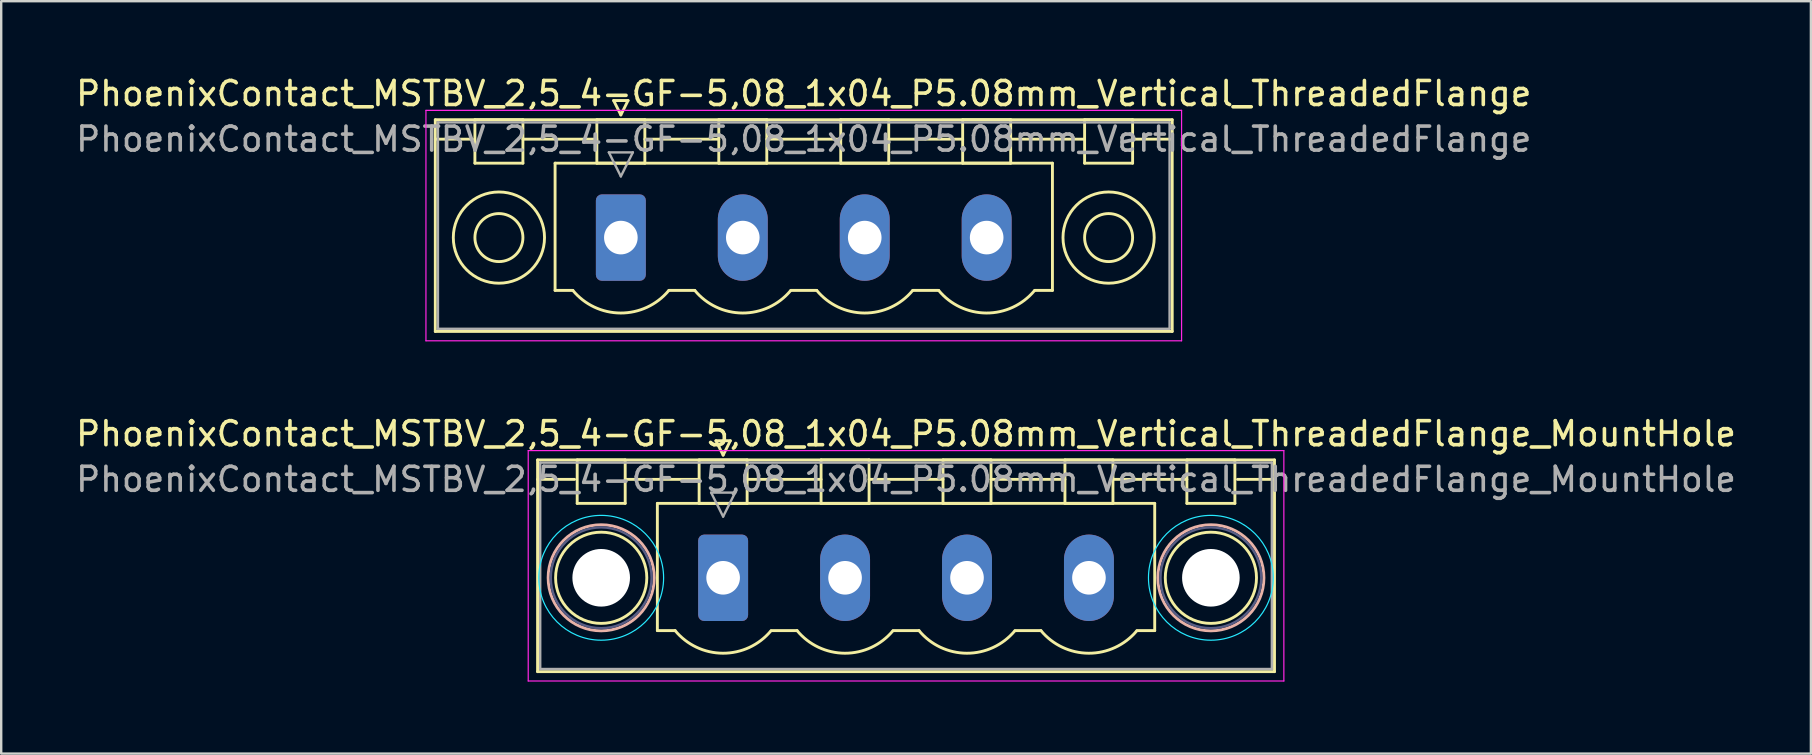
<source format=kicad_pcb>
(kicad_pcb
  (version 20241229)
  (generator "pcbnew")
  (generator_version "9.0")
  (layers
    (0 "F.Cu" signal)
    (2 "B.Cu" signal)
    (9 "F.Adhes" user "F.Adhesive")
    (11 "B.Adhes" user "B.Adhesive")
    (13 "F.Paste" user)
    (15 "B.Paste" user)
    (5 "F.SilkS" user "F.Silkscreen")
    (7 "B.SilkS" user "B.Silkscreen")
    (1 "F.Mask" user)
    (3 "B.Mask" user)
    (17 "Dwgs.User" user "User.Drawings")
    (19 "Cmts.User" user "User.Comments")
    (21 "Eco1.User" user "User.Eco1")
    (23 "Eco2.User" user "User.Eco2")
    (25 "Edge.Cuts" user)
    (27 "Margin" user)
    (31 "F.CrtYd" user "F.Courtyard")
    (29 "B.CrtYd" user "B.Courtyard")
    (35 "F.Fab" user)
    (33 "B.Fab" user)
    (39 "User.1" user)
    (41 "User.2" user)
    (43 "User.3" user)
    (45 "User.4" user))
  (footprint "PhoenixContact_MSTBV_2,5_4-GF-5,08_1x04_P5.08mm_Vertical_ThreadedFlange_MountHole"
    (layer "F.Cu")
    (at 27.076 21.021)
    (property "Reference" "PhoenixContact_MSTBV_2,5_4-GF-5,08_1x04_P5.08mm_Vertical_ThreadedFlange_MountHole" (at 7.62 -6 0) (layer "F.SilkS") (effects (font (size 1 1) (thickness 0.15))))
    (attr through_hole)
    (fp_line (start -7.73 -4.91) (end -7.73 3.91) (stroke (width 0.12) (type solid)) (layer "F.SilkS"))
    (fp_line (start -7.73 -4.1) (end -6.19 -4.1) (stroke (width 0.12) (type solid)) (layer "F.SilkS"))
    (fp_line (start -7.73 3.91) (end 22.97 3.91) (stroke (width 0.12) (type solid)) (layer "F.SilkS"))
    (fp_line (start -6.08 -4.91) (end -4.08 -4.91) (stroke (width 0.12) (type solid)) (layer "F.SilkS"))
    (fp_line (start -6.08 -3.1) (end -6.08 -4.91) (stroke (width 0.12) (type solid)) (layer "F.SilkS"))
    (fp_line (start -4.08 -4.91) (end -4.08 -3.1) (stroke (width 0.12) (type solid)) (layer "F.SilkS"))
    (fp_line (start -4.08 -4.1) (end -1 -4.1) (stroke (width 0.12) (type solid)) (layer "F.SilkS"))
    (fp_line (start -4.08 -3.1) (end -6.08 -3.1) (stroke (width 0.12) (type solid)) (layer "F.SilkS"))
    (fp_line (start -2.74 -3.1) (end 17.98 -3.1) (stroke (width 0.12) (type solid)) (layer "F.SilkS"))
    (fp_line (start -2.74 2.2) (end -2.74 -3.1) (stroke (width 0.12) (type solid)) (layer "F.SilkS"))
    (fp_line (start -2 2.2) (end -2.74 2.2) (stroke (width 0.12) (type solid)) (layer "F.SilkS"))
    (fp_line (start -1 -4.91) (end 1 -4.91) (stroke (width 0.12) (type solid)) (layer "F.SilkS"))
    (fp_line (start -1 -3.1) (end -1 -4.91) (stroke (width 0.12) (type solid)) (layer "F.SilkS"))
    (fp_line (start -0.3 -5.71) (end 0.3 -5.71) (stroke (width 0.12) (type solid)) (layer "F.SilkS"))
    (fp_line (start 0 -5.11) (end -0.3 -5.71) (stroke (width 0.12) (type solid)) (layer "F.SilkS"))
    (fp_line (start 0.3 -5.71) (end 0 -5.11) (stroke (width 0.12) (type solid)) (layer "F.SilkS"))
    (fp_line (start 1 -4.91) (end 1 -3.1) (stroke (width 0.12) (type solid)) (layer "F.SilkS"))
    (fp_line (start 1 -4.1) (end 4.08 -4.1) (stroke (width 0.12) (type solid)) (layer "F.SilkS"))
    (fp_line (start 1 -3.1) (end -1 -3.1) (stroke (width 0.12) (type solid)) (layer "F.SilkS"))
    (fp_line (start 2 2.2) (end 3.08 2.2) (stroke (width 0.12) (type solid)) (layer "F.SilkS"))
    (fp_line (start 4.08 -4.91) (end 6.08 -4.91) (stroke (width 0.12) (type solid)) (layer "F.SilkS"))
    (fp_line (start 4.08 -3.1) (end 4.08 -4.91) (stroke (width 0.12) (type solid)) (layer "F.SilkS"))
    (fp_line (start 6.08 -4.91) (end 6.08 -3.1) (stroke (width 0.12) (type solid)) (layer "F.SilkS"))
    (fp_line (start 6.08 -4.1) (end 9.16 -4.1) (stroke (width 0.12) (type solid)) (layer "F.SilkS"))
    (fp_line (start 6.08 -3.1) (end 4.08 -3.1) (stroke (width 0.12) (type solid)) (layer "F.SilkS"))
    (fp_line (start 7.08 2.2) (end 8.16 2.2) (stroke (width 0.12) (type solid)) (layer "F.SilkS"))
    (fp_line (start 9.16 -4.91) (end 11.16 -4.91) (stroke (width 0.12) (type solid)) (layer "F.SilkS"))
    (fp_line (start 9.16 -3.1) (end 9.16 -4.91) (stroke (width 0.12) (type solid)) (layer "F.SilkS"))
    (fp_line (start 11.16 -4.91) (end 11.16 -3.1) (stroke (width 0.12) (type solid)) (layer "F.SilkS"))
    (fp_line (start 11.16 -4.1) (end 14.24 -4.1) (stroke (width 0.12) (type solid)) (layer "F.SilkS"))
    (fp_line (start 11.16 -3.1) (end 9.16 -3.1) (stroke (width 0.12) (type solid)) (layer "F.SilkS"))
    (fp_line (start 12.16 2.2) (end 13.24 2.2) (stroke (width 0.12) (type solid)) (layer "F.SilkS"))
    (fp_line (start 14.24 -4.91) (end 16.24 -4.91) (stroke (width 0.12) (type solid)) (layer "F.SilkS"))
    (fp_line (start 14.24 -3.1) (end 14.24 -4.91) (stroke (width 0.12) (type solid)) (layer "F.SilkS"))
    (fp_line (start 16.24 -4.91) (end 16.24 -3.1) (stroke (width 0.12) (type solid)) (layer "F.SilkS"))
    (fp_line (start 16.24 -4.1) (end 19.32 -4.1) (stroke (width 0.12) (type solid)) (layer "F.SilkS"))
    (fp_line (start 16.24 -3.1) (end 14.24 -3.1) (stroke (width 0.12) (type solid)) (layer "F.SilkS"))
    (fp_line (start 17.98 -3.1) (end 17.98 2.2) (stroke (width 0.12) (type solid)) (layer "F.SilkS"))
    (fp_line (start 17.98 2.2) (end 17.24 2.2) (stroke (width 0.12) (type solid)) (layer "F.SilkS"))
    (fp_line (start 19.32 -4.91) (end 21.32 -4.91) (stroke (width 0.12) (type solid)) (layer "F.SilkS"))
    (fp_line (start 19.32 -3.1) (end 19.32 -4.91) (stroke (width 0.12) (type solid)) (layer "F.SilkS"))
    (fp_line (start 21.32 -4.91) (end 21.32 -3.1) (stroke (width 0.12) (type solid)) (layer "F.SilkS"))
    (fp_line (start 21.32 -3.1) (end 19.32 -3.1) (stroke (width 0.12) (type solid)) (layer "F.SilkS"))
    (fp_line (start 22.97 -4.91) (end -7.73 -4.91) (stroke (width 0.12) (type solid)) (layer "F.SilkS"))
    (fp_line (start 22.97 -4.1) (end 21.43 -4.1) (stroke (width 0.12) (type solid)) (layer "F.SilkS"))
    (fp_line (start 22.97 3.91) (end 22.97 -4.91) (stroke (width 0.12) (type solid)) (layer "F.SilkS"))
    (fp_arc (start 1.986842 2.215821) (mid -0.010289 3.142758) (end -2 2.2) (stroke (width 0.12) (type solid)) (layer "F.SilkS"))
    (fp_arc (start 7.066842 2.215821) (mid 5.069711 3.142758) (end 3.08 2.2) (stroke (width 0.12) (type solid)) (layer "F.SilkS"))
    (fp_arc (start 12.146842 2.215821) (mid 10.149711 3.142758) (end 8.16 2.2) (stroke (width 0.12) (type solid)) (layer "F.SilkS"))
    (fp_arc (start 17.226842 2.215821) (mid 15.229711 3.142758) (end 13.24 2.2) (stroke (width 0.12) (type solid)) (layer "F.SilkS"))
    (fp_circle (center -5.08 0) (end -3.18 0) (stroke (width 0.12) (type solid)) (fill no) (layer "F.SilkS"))
    (fp_circle (center 20.32 0) (end 22.22 0) (stroke (width 0.12) (type solid)) (fill no) (layer "F.SilkS"))
    (fp_circle (center -5.08 0) (end -2.87 0) (stroke (width 0.12) (type solid)) (fill no) (layer "B.SilkS"))
    (fp_circle (center 20.32 0) (end 22.53 0) (stroke (width 0.12) (type solid)) (fill no) (layer "B.SilkS"))
    (fp_circle (center -5.08 0) (end -2.48 0) (stroke (width 0.05) (type solid)) (fill no) (layer "B.CrtYd"))
    (fp_circle (center 20.32 0) (end 22.92 0) (stroke (width 0.05) (type solid)) (fill no) (layer "B.CrtYd"))
    (fp_line (start -8.12 -5.3) (end -8.12 4.3) (stroke (width 0.05) (type solid)) (layer "F.CrtYd"))
    (fp_line (start -8.12 4.3) (end 23.36 4.3) (stroke (width 0.05) (type solid)) (layer "F.CrtYd"))
    (fp_line (start 23.36 -5.3) (end -8.12 -5.3) (stroke (width 0.05) (type solid)) (layer "F.CrtYd"))
    (fp_line (start 23.36 4.3) (end 23.36 -5.3) (stroke (width 0.05) (type solid)) (layer "F.CrtYd"))
    (fp_circle (center -5.08 0) (end -2.98 0) (stroke (width 0.1) (type solid)) (fill no) (layer "B.Fab"))
    (fp_circle (center 20.32 0) (end 22.42 0) (stroke (width 0.1) (type solid)) (fill no) (layer "B.Fab"))
    (fp_line (start -7.62 -4.8) (end -7.62 3.8) (stroke (width 0.1) (type solid)) (layer "F.Fab"))
    (fp_line (start -7.62 3.8) (end 22.86 3.8) (stroke (width 0.1) (type solid)) (layer "F.Fab"))
    (fp_line (start -0.5 -3.55) (end 0.5 -3.55) (stroke (width 0.1) (type solid)) (layer "F.Fab"))
    (fp_line (start 0 -2.55) (end -0.5 -3.55) (stroke (width 0.1) (type solid)) (layer "F.Fab"))
    (fp_line (start 0.5 -3.55) (end 0 -2.55) (stroke (width 0.1) (type solid)) (layer "F.Fab"))
    (fp_line (start 22.86 -4.8) (end -7.62 -4.8) (stroke (width 0.1) (type solid)) (layer "F.Fab"))
    (fp_line (start 22.86 3.8) (end 22.86 -4.8) (stroke (width 0.1) (type solid)) (layer "F.Fab"))
    (fp_text user "${REFERENCE}" (at 7.62 -4.1 0) (layer "F.Fab") (effects (font (size 1 1) (thickness 0.15))))
    (pad "" np_thru_hole circle (at -5.08 0) (size 2.4 2.4) (drill 2.4) (layers "*.Cu" "*.Mask"))
    (pad "" np_thru_hole circle (at 20.32 0) (size 2.4 2.4) (drill 2.4) (layers "*.Cu" "*.Mask"))
    (pad "1" thru_hole roundrect (at 0 0) (size 2.08 3.6) (drill 1.4) (layers "*.Cu" "*.Mask") (roundrect_rratio 0.12))
    (pad "2" thru_hole oval (at 5.08 0) (size 2.08 3.6) (drill 1.4) (layers "*.Cu" "*.Mask"))
    (pad "3" thru_hole oval (at 10.16 0) (size 2.08 3.6) (drill 1.4) (layers "*.Cu" "*.Mask"))
    (pad "4" thru_hole oval (at 15.24 0) (size 2.08 3.6) (drill 1.4) (layers "*.Cu" "*.Mask")))
  (footprint "PhoenixContact_MSTBV_2,5_4-GF-5,08_1x04_P5.08mm_Vertical_ThreadedFlange"
    (layer "F.Cu")
    (at 22.815 6.848)
    (property "Reference" "PhoenixContact_MSTBV_2,5_4-GF-5,08_1x04_P5.08mm_Vertical_ThreadedFlange" (at 7.62 -6 0) (layer "F.SilkS") (effects (font (size 1 1) (thickness 0.15))))
    (attr through_hole)
    (fp_line (start -7.73 -4.91) (end -7.73 3.91) (stroke (width 0.12) (type solid)) (layer "F.SilkS"))
    (fp_line (start -7.73 -4.1) (end -6.19 -4.1) (stroke (width 0.12) (type solid)) (layer "F.SilkS"))
    (fp_line (start -7.73 3.91) (end 22.97 3.91) (stroke (width 0.12) (type solid)) (layer "F.SilkS"))
    (fp_line (start -6.08 -4.91) (end -4.08 -4.91) (stroke (width 0.12) (type solid)) (layer "F.SilkS"))
    (fp_line (start -6.08 -3.1) (end -6.08 -4.91) (stroke (width 0.12) (type solid)) (layer "F.SilkS"))
    (fp_line (start -4.08 -4.91) (end -4.08 -3.1) (stroke (width 0.12) (type solid)) (layer "F.SilkS"))
    (fp_line (start -4.08 -4.1) (end -1 -4.1) (stroke (width 0.12) (type solid)) (layer "F.SilkS"))
    (fp_line (start -4.08 -3.1) (end -6.08 -3.1) (stroke (width 0.12) (type solid)) (layer "F.SilkS"))
    (fp_line (start -2.74 -3.1) (end 17.98 -3.1) (stroke (width 0.12) (type solid)) (layer "F.SilkS"))
    (fp_line (start -2.74 2.2) (end -2.74 -3.1) (stroke (width 0.12) (type solid)) (layer "F.SilkS"))
    (fp_line (start -2 2.2) (end -2.74 2.2) (stroke (width 0.12) (type solid)) (layer "F.SilkS"))
    (fp_line (start -1 -4.91) (end 1 -4.91) (stroke (width 0.12) (type solid)) (layer "F.SilkS"))
    (fp_line (start -1 -3.1) (end -1 -4.91) (stroke (width 0.12) (type solid)) (layer "F.SilkS"))
    (fp_line (start -0.3 -5.71) (end 0.3 -5.71) (stroke (width 0.12) (type solid)) (layer "F.SilkS"))
    (fp_line (start 0 -5.11) (end -0.3 -5.71) (stroke (width 0.12) (type solid)) (layer "F.SilkS"))
    (fp_line (start 0.3 -5.71) (end 0 -5.11) (stroke (width 0.12) (type solid)) (layer "F.SilkS"))
    (fp_line (start 1 -4.91) (end 1 -3.1) (stroke (width 0.12) (type solid)) (layer "F.SilkS"))
    (fp_line (start 1 -4.1) (end 4.08 -4.1) (stroke (width 0.12) (type solid)) (layer "F.SilkS"))
    (fp_line (start 1 -3.1) (end -1 -3.1) (stroke (width 0.12) (type solid)) (layer "F.SilkS"))
    (fp_line (start 2 2.2) (end 3.08 2.2) (stroke (width 0.12) (type solid)) (layer "F.SilkS"))
    (fp_line (start 4.08 -4.91) (end 6.08 -4.91) (stroke (width 0.12) (type solid)) (layer "F.SilkS"))
    (fp_line (start 4.08 -3.1) (end 4.08 -4.91) (stroke (width 0.12) (type solid)) (layer "F.SilkS"))
    (fp_line (start 6.08 -4.91) (end 6.08 -3.1) (stroke (width 0.12) (type solid)) (layer "F.SilkS"))
    (fp_line (start 6.08 -4.1) (end 9.16 -4.1) (stroke (width 0.12) (type solid)) (layer "F.SilkS"))
    (fp_line (start 6.08 -3.1) (end 4.08 -3.1) (stroke (width 0.12) (type solid)) (layer "F.SilkS"))
    (fp_line (start 7.08 2.2) (end 8.16 2.2) (stroke (width 0.12) (type solid)) (layer "F.SilkS"))
    (fp_line (start 9.16 -4.91) (end 11.16 -4.91) (stroke (width 0.12) (type solid)) (layer "F.SilkS"))
    (fp_line (start 9.16 -3.1) (end 9.16 -4.91) (stroke (width 0.12) (type solid)) (layer "F.SilkS"))
    (fp_line (start 11.16 -4.91) (end 11.16 -3.1) (stroke (width 0.12) (type solid)) (layer "F.SilkS"))
    (fp_line (start 11.16 -4.1) (end 14.24 -4.1) (stroke (width 0.12) (type solid)) (layer "F.SilkS"))
    (fp_line (start 11.16 -3.1) (end 9.16 -3.1) (stroke (width 0.12) (type solid)) (layer "F.SilkS"))
    (fp_line (start 12.16 2.2) (end 13.24 2.2) (stroke (width 0.12) (type solid)) (layer "F.SilkS"))
    (fp_line (start 14.24 -4.91) (end 16.24 -4.91) (stroke (width 0.12) (type solid)) (layer "F.SilkS"))
    (fp_line (start 14.24 -3.1) (end 14.24 -4.91) (stroke (width 0.12) (type solid)) (layer "F.SilkS"))
    (fp_line (start 16.24 -4.91) (end 16.24 -3.1) (stroke (width 0.12) (type solid)) (layer "F.SilkS"))
    (fp_line (start 16.24 -4.1) (end 19.32 -4.1) (stroke (width 0.12) (type solid)) (layer "F.SilkS"))
    (fp_line (start 16.24 -3.1) (end 14.24 -3.1) (stroke (width 0.12) (type solid)) (layer "F.SilkS"))
    (fp_line (start 17.98 -3.1) (end 17.98 2.2) (stroke (width 0.12) (type solid)) (layer "F.SilkS"))
    (fp_line (start 17.98 2.2) (end 17.24 2.2) (stroke (width 0.12) (type solid)) (layer "F.SilkS"))
    (fp_line (start 19.32 -4.91) (end 21.32 -4.91) (stroke (width 0.12) (type solid)) (layer "F.SilkS"))
    (fp_line (start 19.32 -3.1) (end 19.32 -4.91) (stroke (width 0.12) (type solid)) (layer "F.SilkS"))
    (fp_line (start 21.32 -4.91) (end 21.32 -3.1) (stroke (width 0.12) (type solid)) (layer "F.SilkS"))
    (fp_line (start 21.32 -3.1) (end 19.32 -3.1) (stroke (width 0.12) (type solid)) (layer "F.SilkS"))
    (fp_line (start 22.97 -4.91) (end -7.73 -4.91) (stroke (width 0.12) (type solid)) (layer "F.SilkS"))
    (fp_line (start 22.97 -4.1) (end 21.43 -4.1) (stroke (width 0.12) (type solid)) (layer "F.SilkS"))
    (fp_line (start 22.97 3.91) (end 22.97 -4.91) (stroke (width 0.12) (type solid)) (layer "F.SilkS"))
    (fp_arc (start 1.986842 2.215821) (mid -0.010289 3.142758) (end -2 2.2) (stroke (width 0.12) (type solid)) (layer "F.SilkS"))
    (fp_arc (start 7.066842 2.215821) (mid 5.069711 3.142758) (end 3.08 2.2) (stroke (width 0.12) (type solid)) (layer "F.SilkS"))
    (fp_arc (start 12.146842 2.215821) (mid 10.149711 3.142758) (end 8.16 2.2) (stroke (width 0.12) (type solid)) (layer "F.SilkS"))
    (fp_arc (start 17.226842 2.215821) (mid 15.229711 3.142758) (end 13.24 2.2) (stroke (width 0.12) (type solid)) (layer "F.SilkS"))
    (fp_circle (center -5.08 0) (end -4.08 0) (stroke (width 0.12) (type solid)) (fill no) (layer "F.SilkS"))
    (fp_circle (center -5.08 0) (end -3.18 0) (stroke (width 0.12) (type solid)) (fill no) (layer "F.SilkS"))
    (fp_circle (center 20.32 0) (end 21.32 0) (stroke (width 0.12) (type solid)) (fill no) (layer "F.SilkS"))
    (fp_circle (center 20.32 0) (end 22.22 0) (stroke (width 0.12) (type solid)) (fill no) (layer "F.SilkS"))
    (fp_line (start -8.12 -5.3) (end -8.12 4.3) (stroke (width 0.05) (type solid)) (layer "F.CrtYd"))
    (fp_line (start -8.12 4.3) (end 23.36 4.3) (stroke (width 0.05) (type solid)) (layer "F.CrtYd"))
    (fp_line (start 23.36 -5.3) (end -8.12 -5.3) (stroke (width 0.05) (type solid)) (layer "F.CrtYd"))
    (fp_line (start 23.36 4.3) (end 23.36 -5.3) (stroke (width 0.05) (type solid)) (layer "F.CrtYd"))
    (fp_line (start -7.62 -4.8) (end -7.62 3.8) (stroke (width 0.1) (type solid)) (layer "F.Fab"))
    (fp_line (start -7.62 3.8) (end 22.86 3.8) (stroke (width 0.1) (type solid)) (layer "F.Fab"))
    (fp_line (start -0.5 -3.55) (end 0.5 -3.55) (stroke (width 0.1) (type solid)) (layer "F.Fab"))
    (fp_line (start 0 -2.55) (end -0.5 -3.55) (stroke (width 0.1) (type solid)) (layer "F.Fab"))
    (fp_line (start 0.5 -3.55) (end 0 -2.55) (stroke (width 0.1) (type solid)) (layer "F.Fab"))
    (fp_line (start 22.86 -4.8) (end -7.62 -4.8) (stroke (width 0.1) (type solid)) (layer "F.Fab"))
    (fp_line (start 22.86 3.8) (end 22.86 -4.8) (stroke (width 0.1) (type solid)) (layer "F.Fab"))
    (fp_text user "${REFERENCE}" (at 7.62 -4.1 0) (layer "F.Fab") (effects (font (size 1 1) (thickness 0.15))))
    (pad "1" thru_hole roundrect (at 0 0) (size 2.08 3.6) (drill 1.4) (layers "*.Cu" "*.Mask") (roundrect_rratio 0.12))
    (pad "2" thru_hole oval (at 5.08 0) (size 2.08 3.6) (drill 1.4) (layers "*.Cu" "*.Mask"))
    (pad "3" thru_hole oval (at 10.16 0) (size 2.08 3.6) (drill 1.4) (layers "*.Cu" "*.Mask"))
    (pad "4" thru_hole oval (at 15.24 0) (size 2.08 3.6) (drill 1.4) (layers "*.Cu" "*.Mask")))
  (gr_rect
    (start -3 -3)
    (end 72.393 28.346)
    (stroke (width 0.1) (type default))
    (fill no)
    (layer "Edge.Cuts")))
</source>
